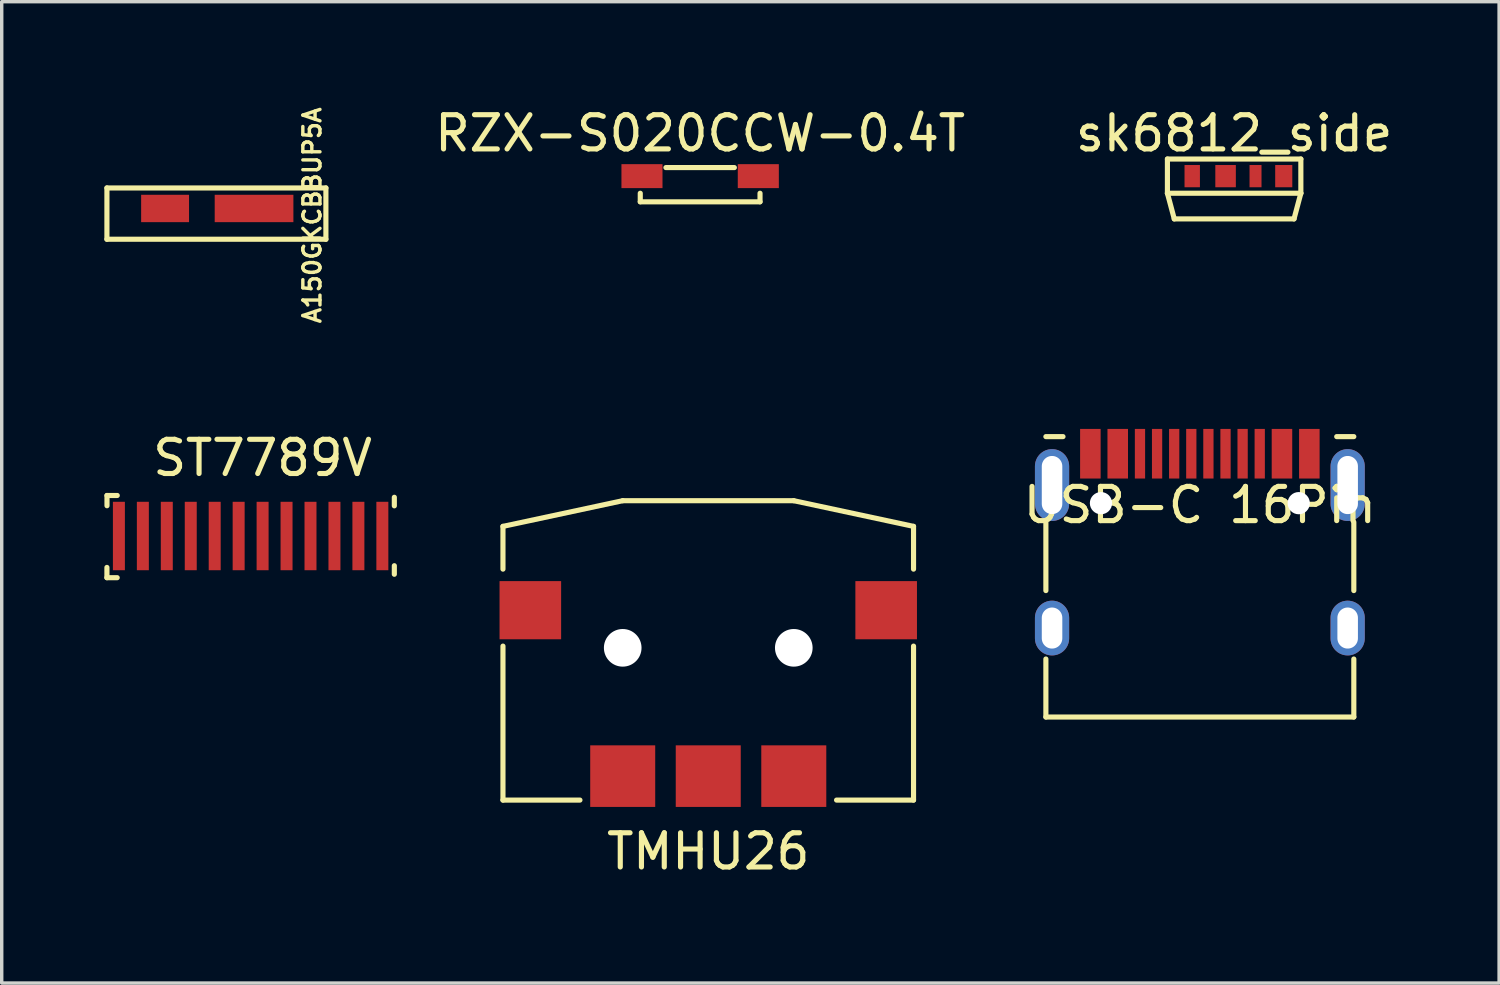
<source format=kicad_pcb>
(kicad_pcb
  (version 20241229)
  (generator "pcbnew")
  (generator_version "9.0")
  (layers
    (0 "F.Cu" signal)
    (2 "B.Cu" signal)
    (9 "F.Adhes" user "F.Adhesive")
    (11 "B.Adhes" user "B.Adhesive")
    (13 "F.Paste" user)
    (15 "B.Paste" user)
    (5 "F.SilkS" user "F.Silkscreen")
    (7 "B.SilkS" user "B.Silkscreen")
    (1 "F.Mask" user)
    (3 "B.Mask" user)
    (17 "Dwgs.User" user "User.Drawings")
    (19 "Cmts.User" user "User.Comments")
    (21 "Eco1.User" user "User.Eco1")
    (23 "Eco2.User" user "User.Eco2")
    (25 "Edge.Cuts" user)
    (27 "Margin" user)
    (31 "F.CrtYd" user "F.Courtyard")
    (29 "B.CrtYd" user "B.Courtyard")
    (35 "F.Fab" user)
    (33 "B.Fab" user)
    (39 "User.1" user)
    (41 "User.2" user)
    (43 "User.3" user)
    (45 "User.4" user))
  (footprint "ST7789V"
    (layer "F.Cu")
    (at 4.275 12.434)
    (property "Reference" "ST7789V" (at 0.35 -2.1 180) (layer "F.SilkS") (effects (font (size 1 1) (thickness 0.15))))
    (attr through_hole)
    (fp_line (start -4.2 1.1) (end -4.2 1.4) (stroke (width 0.15) (type solid)) (layer "F.SilkS"))
    (fp_line (start -4.2 1.4) (end -3.9 1.4) (stroke (width 0.15) (type solid)) (layer "F.SilkS"))
    (fp_line (start -4.198 -1.003) (end -4.198 -0.703) (stroke (width 0.15) (type solid)) (layer "F.SilkS"))
    (fp_line (start -3.898 -1.003) (end -4.198 -1.003) (stroke (width 0.15) (type solid)) (layer "F.SilkS"))
    (fp_line (start 4.2 -0.7) (end 4.2 -0.95) (stroke (width 0.15) (type solid)) (layer "F.SilkS"))
    (fp_line (start 4.2 1.05) (end 4.2 1.3) (stroke (width 0.15) (type solid)) (layer "F.SilkS"))
    (pad "1" smd rect (at 3.85 0.182 180) (size 0.35 2) (layers "F.Cu" "F.Mask" "F.Paste"))
    (pad "2" smd rect (at 3.15 0.182 180) (size 0.35 2) (layers "F.Cu" "F.Mask" "F.Paste"))
    (pad "3" smd rect (at 2.45 0.182 180) (size 0.35 2) (layers "F.Cu" "F.Mask" "F.Paste"))
    (pad "4" smd rect (at 1.75 0.182 180) (size 0.35 2) (layers "F.Cu" "F.Mask" "F.Paste"))
    (pad "5" smd rect (at 1.05 0.182 180) (size 0.35 2) (layers "F.Cu" "F.Mask" "F.Paste"))
    (pad "6" smd rect (at 0.35 0.182 180) (size 0.35 2) (layers "F.Cu" "F.Mask" "F.Paste"))
    (pad "7" smd rect (at -0.35 0.182 180) (size 0.35 2) (layers "F.Cu" "F.Mask" "F.Paste"))
    (pad "8" smd rect (at -1.05 0.182 180) (size 0.35 2) (layers "F.Cu" "F.Mask" "F.Paste"))
    (pad "9" smd rect (at -1.75 0.182 180) (size 0.35 2) (layers "F.Cu" "F.Mask" "F.Paste"))
    (pad "10" smd rect (at -2.45 0.182 180) (size 0.35 2) (layers "F.Cu" "F.Mask" "F.Paste"))
    (pad "11" smd rect (at -3.15 0.182 180) (size 0.35 2) (layers "F.Cu" "F.Mask" "F.Paste"))
    (pad "12" smd rect (at -3.85 0.182 180) (size 0.35 2) (layers "F.Cu" "F.Mask" "F.Paste")))
  (footprint "RZX-S020CCW-0.4T"
    (layer "F.Cu")
    (at 17.413 2.098)
    (property "Reference" "RZX-S020CCW-0.4T" (at 0 -1.25 0) (layer "F.SilkS") (effects (font (size 1 1) (thickness 0.15))))
    (attr through_hole)
    (fp_line (start -1.75 0.75) (end -1.75 0.5) (stroke (width 0.15) (type solid)) (layer "F.SilkS"))
    (fp_line (start -1.75 0.75) (end 1.75 0.75) (stroke (width 0.15) (type solid)) (layer "F.SilkS"))
    (fp_line (start -1 -0.25) (end 1 -0.25) (stroke (width 0.15) (type solid)) (layer "F.SilkS"))
    (fp_line (start 1.75 0.75) (end 1.75 0.5) (stroke (width 0.15) (type solid)) (layer "F.SilkS"))
    (pad "A" smd rect (at 1.7 0) (size 1.2 0.7) (layers "F.Cu" "F.Mask" "F.Paste"))
    (pad "K" smd rect (at -1.7 0) (size 1.2 0.7) (layers "F.Cu" "F.Mask" "F.Paste")))
  (footprint "A150GKCBBUP5A"
    (layer "F.Cu")
    (at 3.275 3.143)
    (property "Reference" "A150GKCBBUP5A" (at 2.8 0.1 270) (layer "F.SilkS") (effects (font (size 0.5 0.5) (thickness 0.1))))
    (attr through_hole)
    (fp_line (start -3.2 -0.7) (end 3.2 -0.7) (stroke (width 0.15) (type solid)) (layer "F.SilkS"))
    (fp_line (start -3.2 0.8) (end -3.2 -0.7) (stroke (width 0.15) (type solid)) (layer "F.SilkS"))
    (fp_line (start -3.2 0.8) (end 3.2 0.8) (stroke (width 0.15) (type solid)) (layer "F.SilkS"))
    (fp_line (start 3.2 0.8) (end 3.2 -0.7) (stroke (width 0.15) (type solid)) (layer "F.SilkS"))
    (pad "1" smd rect (at -1.5 -0.1) (size 1.4 0.8) (layers "F.Cu" "F.Mask" "F.Paste"))
    (pad "2" smd rect (at 1.1 -0.1) (size 2.3 0.8) (layers "F.Cu" "F.Mask" "F.Paste")))
  (footprint "sk6812_side"
    (layer "F.Cu")
    (at 33.02 2.098)
    (property "Reference" "sk6812_side" (at 0 -1.25 0) (layer "F.SilkS") (effects (font (size 1 1) (thickness 0.15))))
    (attr through_hole)
    (fp_line (start -1.95 -0.5) (end 1.95 -0.5) (stroke (width 0.15) (type solid)) (layer "F.SilkS"))
    (fp_line (start -1.95 0.5) (end -1.95 -0.5) (stroke (width 0.15) (type solid)) (layer "F.SilkS"))
    (fp_line (start -1.95 0.5) (end -1.75 1.25) (stroke (width 0.15) (type solid)) (layer "F.SilkS"))
    (fp_line (start -1.75 1.25) (end 1.75 1.25) (stroke (width 0.15) (type solid)) (layer "F.SilkS"))
    (fp_line (start 1.75 1.25) (end 1.95 0.5) (stroke (width 0.15) (type solid)) (layer "F.SilkS"))
    (fp_line (start 1.95 0.5) (end -1.95 0.5) (stroke (width 0.15) (type solid)) (layer "F.SilkS"))
    (fp_line (start 1.95 0.5) (end 1.95 -0.5) (stroke (width 0.15) (type solid)) (layer "F.SilkS"))
    (pad "DIN" smd rect (at -1.225 0) (size 0.45 0.65) (layers "F.Cu" "F.Mask" "F.Paste"))
    (pad "DOUT" smd rect (at 0.625 0) (size 0.35 0.65) (layers "F.Cu" "F.Mask" "F.Paste"))
    (pad "VDD" smd rect (at -0.25 0) (size 0.6 0.65) (layers "F.Cu" "F.Mask" "F.Paste"))
    (pad "VSS" smd rect (at 1.45 0) (size 0.5 0.65) (layers "F.Cu" "F.Mask" "F.Paste")))
  (footprint "TMHU26"
    (layer "F.Cu")
    (at 17.65 16.084)
    (property "Reference" "TMHU26" (at 0 5.75 0) (layer "F.SilkS") (effects (font (size 1 1) (thickness 0.15))))
    (attr through_hole)
    (fp_line (start -6 -3.75) (end -6 -2.5) (stroke (width 0.15) (type solid)) (layer "F.SilkS"))
    (fp_line (start -6 4.25) (end -6 -0.25) (stroke (width 0.15) (type solid)) (layer "F.SilkS"))
    (fp_line (start -6 4.25) (end -3.75 4.25) (stroke (width 0.15) (type solid)) (layer "F.SilkS"))
    (fp_line (start -2.5 -4.5) (end -6 -3.75) (stroke (width 0.15) (type solid)) (layer "F.SilkS"))
    (fp_line (start -2.5 -4.5) (end 2.5 -4.5) (stroke (width 0.15) (type solid)) (layer "F.SilkS"))
    (fp_line (start 6 -3.75) (end 2.5 -4.5) (stroke (width 0.15) (type solid)) (layer "F.SilkS"))
    (fp_line (start 6 -3.75) (end 6 -2.5) (stroke (width 0.15) (type solid)) (layer "F.SilkS"))
    (fp_line (start 6 -0.25) (end 6 4.25) (stroke (width 0.15) (type solid)) (layer "F.SilkS"))
    (fp_line (start 6 4.25) (end 3.75 4.25) (stroke (width 0.15) (type solid)) (layer "F.SilkS"))
    (fp_line (start -4 -4.8) (end 4 -4.8) (stroke (width 0.15) (type solid)) (layer "Eco1.User"))
    (fp_text user "Board Edge" (at 0 -5.75 0) (layer "Eco1.User") (effects (font (size 1 1) (thickness 0.15))))
    (pad "" np_thru_hole circle (at -2.5 -0.2) (size 1.1 1.1) (drill 1.1) (layers "*.Cu" "*.Mask"))
    (pad "" np_thru_hole circle (at 2.5 -0.2) (size 1.1 1.1) (drill 1.1) (layers "*.Cu" "*.Mask"))
    (pad "1" smd rect (at -2.5 3.55) (size 1.9 1.8) (layers "F.Cu" "F.Mask" "F.Paste"))
    (pad "2" smd rect (at 2.5 3.55) (size 1.9 1.8) (layers "F.Cu" "F.Mask" "F.Paste"))
    (pad "3" smd rect (at 5.2 -1.3) (size 1.8 1.7) (layers "F.Cu" "F.Mask" "F.Paste"))
    (pad "4" smd rect (at -5.2 -1.3) (size 1.8 1.7) (layers "F.Cu" "F.Mask" "F.Paste"))
    (pad "T" smd rect (at 0 3.55) (size 1.9 1.8) (layers "F.Cu" "F.Mask" "F.Paste")))
  (footprint "USB-C 16Pin"
    (layer "F.Cu")
    (at 32.018 10.211)
    (property "Reference" "USB-C 16Pin" (at 0 1.5 0) (layer "F.SilkS") (effects (font (size 1 1) (thickness 0.15))))
    (attr through_hole)
    (fp_line (start -4.5 -0.5) (end -4 -0.5) (stroke (width 0.15) (type solid)) (layer "F.SilkS"))
    (fp_line (start -4.5 2) (end -4.5 4) (stroke (width 0.15) (type solid)) (layer "F.SilkS"))
    (fp_line (start -4.5 7.695) (end -4.5 6) (stroke (width 0.15) (type solid)) (layer "F.SilkS"))
    (fp_line (start 4 -0.5) (end 4.5 -0.5) (stroke (width 0.15) (type solid)) (layer "F.SilkS"))
    (fp_line (start 4.5 4) (end 4.5 2) (stroke (width 0.15) (type solid)) (layer "F.SilkS"))
    (fp_line (start 4.5 6) (end 4.5 7.695) (stroke (width 0.15) (type solid)) (layer "F.SilkS"))
    (fp_line (start 4.5 7.695) (end -4.5 7.695) (stroke (width 0.15) (type solid)) (layer "F.SilkS"))
    (pad "" np_thru_hole circle (at -2.89 1.445) (size 0.65 0.65) (drill 0.65) (layers "*.Cu" "*.Mask"))
    (pad "" np_thru_hole circle (at 2.89 1.445) (size 0.65 0.65) (drill 0.65) (layers "*.Cu" "*.Mask"))
    (pad "A1" smd rect (at -3.2 0) (size 0.6 1.45) (layers "F.Cu" "F.Mask" "F.Paste"))
    (pad "A4" smd rect (at -2.4 0) (size 0.6 1.45) (layers "F.Cu" "F.Mask" "F.Paste"))
    (pad "A5" smd rect (at -1.25 0) (size 0.3 1.45) (layers "F.Cu" "F.Mask" "F.Paste"))
    (pad "A6" smd rect (at -0.25 0) (size 0.3 1.45) (layers "F.Cu" "F.Mask" "F.Paste"))
    (pad "A7" smd rect (at 0.25 0) (size 0.3 1.45) (layers "F.Cu" "F.Mask" "F.Paste"))
    (pad "A8" smd rect (at 1.25 0) (size 0.3 1.45) (layers "F.Cu" "F.Mask" "F.Paste"))
    (pad "B1" smd rect (at 3.2 0) (size 0.6 1.45) (layers "F.Cu" "F.Mask" "F.Paste"))
    (pad "B4" smd rect (at 2.4 0) (size 0.6 1.45) (layers "F.Cu" "F.Mask" "F.Paste"))
    (pad "B5" smd rect (at -1.75 0) (size 0.3 1.45) (layers "F.Cu" "F.Mask" "F.Paste"))
    (pad "B5" smd rect (at 1.75 0) (size 0.3 1.45) (layers "F.Cu" "F.Mask" "F.Paste"))
    (pad "B6" smd rect (at 0.75 0) (size 0.3 1.45) (layers "F.Cu" "F.Mask" "F.Paste"))
    (pad "B7" smd rect (at -0.75 0) (size 0.3 1.45) (layers "F.Cu" "F.Mask" "F.Paste"))
    (pad "S1" thru_hole oval (at -4.32 0.915) (size 1 2.1) (drill oval 0.6 1.7) (layers "*.Cu" "*.Mask"))
    (pad "S1" thru_hole oval (at -4.32 5.095) (size 1 1.6) (drill oval 0.6 1.2) (layers "*.Cu" "*.Mask"))
    (pad "S1" thru_hole oval (at 4.32 0.915) (size 1 2.1) (drill oval 0.6 1.7) (layers "*.Cu" "*.Mask"))
    (pad "S1" thru_hole oval (at 4.32 5.095) (size 1 1.6) (drill oval 0.6 1.2) (layers "*.Cu" "*.Mask")))
  (gr_rect
    (start -3 -3)
    (end 40.764 25.682)
    (stroke (width 0.1) (type default))
    (fill no)
    (layer "Edge.Cuts")))
</source>
